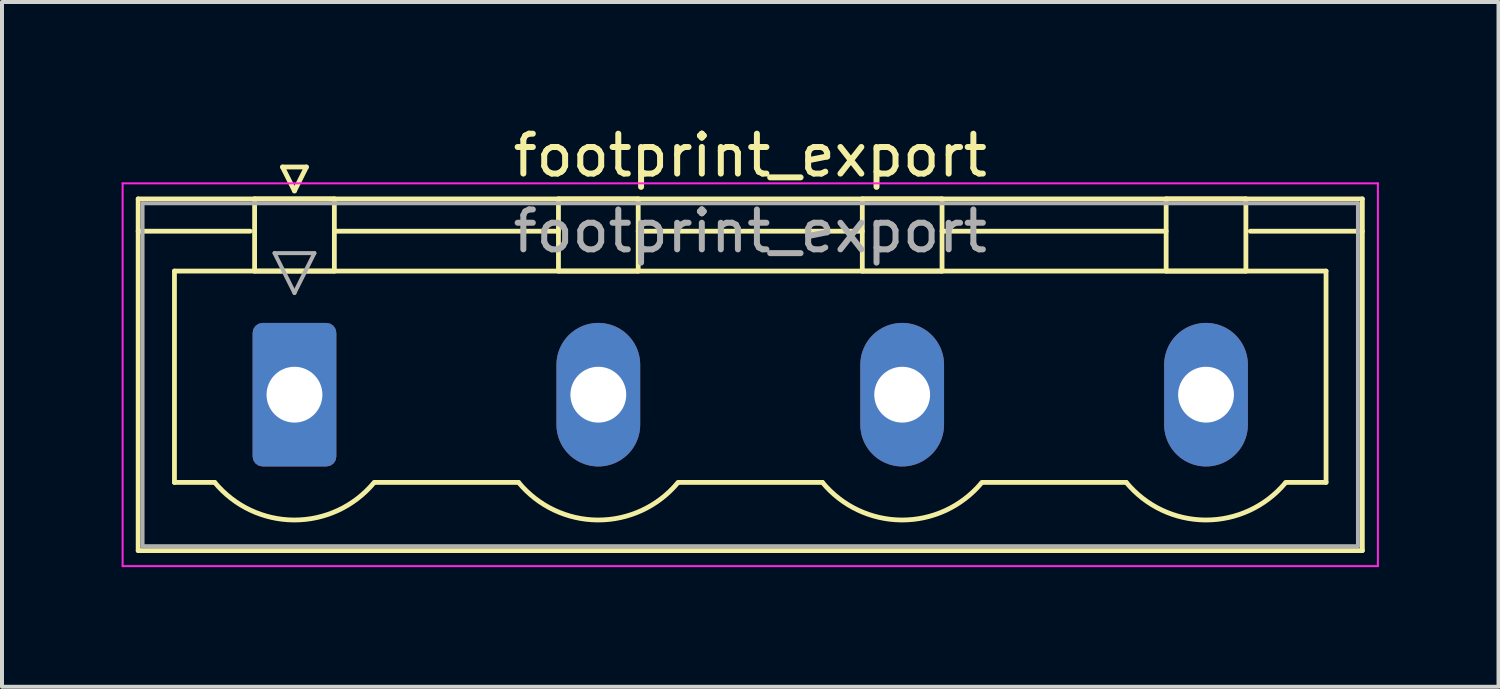
<source format=kicad_pcb>
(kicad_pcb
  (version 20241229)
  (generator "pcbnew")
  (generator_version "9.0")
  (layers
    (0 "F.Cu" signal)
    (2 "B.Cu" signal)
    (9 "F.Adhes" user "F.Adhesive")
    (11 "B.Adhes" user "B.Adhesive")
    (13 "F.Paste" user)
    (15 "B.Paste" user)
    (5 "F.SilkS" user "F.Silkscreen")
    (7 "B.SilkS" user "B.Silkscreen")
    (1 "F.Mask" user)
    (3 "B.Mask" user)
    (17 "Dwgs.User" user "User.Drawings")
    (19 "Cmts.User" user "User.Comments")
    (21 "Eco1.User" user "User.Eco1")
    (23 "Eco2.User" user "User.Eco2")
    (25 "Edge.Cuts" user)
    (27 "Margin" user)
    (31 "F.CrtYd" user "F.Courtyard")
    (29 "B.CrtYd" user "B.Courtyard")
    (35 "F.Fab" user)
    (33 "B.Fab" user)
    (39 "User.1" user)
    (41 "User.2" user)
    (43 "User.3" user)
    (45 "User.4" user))
  (footprint "footprint_export"
    (layer "F.Cu")
    (at 4.335 6.848)
    (property "Reference" "footprint_export" (at 11.43 -6 0) (layer "F.SilkS") (effects (font (size 1 1) (thickness 0.15))))
    (attr through_hole)
    (fp_line (start -3.92 -4.91) (end -3.92 3.91) (stroke (width 0.12) (type solid)) (layer "F.SilkS"))
    (fp_line (start -3.92 -4.1) (end -1.11 -4.1) (stroke (width 0.12) (type solid)) (layer "F.SilkS"))
    (fp_line (start -3.92 3.91) (end 26.78 3.91) (stroke (width 0.12) (type solid)) (layer "F.SilkS"))
    (fp_line (start -3.01 -3.1) (end 25.87 -3.1) (stroke (width 0.12) (type solid)) (layer "F.SilkS"))
    (fp_line (start -3.01 2.2) (end -3.01 -3.1) (stroke (width 0.12) (type solid)) (layer "F.SilkS"))
    (fp_line (start -2 2.2) (end -3.01 2.2) (stroke (width 0.12) (type solid)) (layer "F.SilkS"))
    (fp_line (start -1 -4.91) (end 1 -4.91) (stroke (width 0.12) (type solid)) (layer "F.SilkS"))
    (fp_line (start -1 -3.1) (end -1 -4.91) (stroke (width 0.12) (type solid)) (layer "F.SilkS"))
    (fp_line (start -0.3 -5.71) (end 0.3 -5.71) (stroke (width 0.12) (type solid)) (layer "F.SilkS"))
    (fp_line (start 0 -5.11) (end -0.3 -5.71) (stroke (width 0.12) (type solid)) (layer "F.SilkS"))
    (fp_line (start 0.3 -5.71) (end 0 -5.11) (stroke (width 0.12) (type solid)) (layer "F.SilkS"))
    (fp_line (start 1 -4.91) (end 1 -3.1) (stroke (width 0.12) (type solid)) (layer "F.SilkS"))
    (fp_line (start 1 -4.1) (end 6.62 -4.1) (stroke (width 0.12) (type solid)) (layer "F.SilkS"))
    (fp_line (start 1 -3.1) (end -1 -3.1) (stroke (width 0.12) (type solid)) (layer "F.SilkS"))
    (fp_line (start 2 2.2) (end 5.62 2.2) (stroke (width 0.12) (type solid)) (layer "F.SilkS"))
    (fp_line (start 6.62 -4.91) (end 8.62 -4.91) (stroke (width 0.12) (type solid)) (layer "F.SilkS"))
    (fp_line (start 6.62 -3.1) (end 6.62 -4.91) (stroke (width 0.12) (type solid)) (layer "F.SilkS"))
    (fp_line (start 8.62 -4.91) (end 8.62 -3.1) (stroke (width 0.12) (type solid)) (layer "F.SilkS"))
    (fp_line (start 8.62 -4.1) (end 14.24 -4.1) (stroke (width 0.12) (type solid)) (layer "F.SilkS"))
    (fp_line (start 8.62 -3.1) (end 6.62 -3.1) (stroke (width 0.12) (type solid)) (layer "F.SilkS"))
    (fp_line (start 9.62 2.2) (end 13.24 2.2) (stroke (width 0.12) (type solid)) (layer "F.SilkS"))
    (fp_line (start 14.24 -4.91) (end 16.24 -4.91) (stroke (width 0.12) (type solid)) (layer "F.SilkS"))
    (fp_line (start 14.24 -3.1) (end 14.24 -4.91) (stroke (width 0.12) (type solid)) (layer "F.SilkS"))
    (fp_line (start 16.24 -4.91) (end 16.24 -3.1) (stroke (width 0.12) (type solid)) (layer "F.SilkS"))
    (fp_line (start 16.24 -4.1) (end 21.86 -4.1) (stroke (width 0.12) (type solid)) (layer "F.SilkS"))
    (fp_line (start 16.24 -3.1) (end 14.24 -3.1) (stroke (width 0.12) (type solid)) (layer "F.SilkS"))
    (fp_line (start 17.24 2.2) (end 20.86 2.2) (stroke (width 0.12) (type solid)) (layer "F.SilkS"))
    (fp_line (start 21.86 -4.91) (end 23.86 -4.91) (stroke (width 0.12) (type solid)) (layer "F.SilkS"))
    (fp_line (start 21.86 -3.1) (end 21.86 -4.91) (stroke (width 0.12) (type solid)) (layer "F.SilkS"))
    (fp_line (start 23.86 -4.91) (end 23.86 -3.1) (stroke (width 0.12) (type solid)) (layer "F.SilkS"))
    (fp_line (start 23.86 -3.1) (end 21.86 -3.1) (stroke (width 0.12) (type solid)) (layer "F.SilkS"))
    (fp_line (start 25.87 -3.1) (end 25.87 2.2) (stroke (width 0.12) (type solid)) (layer "F.SilkS"))
    (fp_line (start 25.87 2.2) (end 24.86 2.2) (stroke (width 0.12) (type solid)) (layer "F.SilkS"))
    (fp_line (start 26.78 -4.91) (end -3.92 -4.91) (stroke (width 0.12) (type solid)) (layer "F.SilkS"))
    (fp_line (start 26.78 -4.1) (end 23.97 -4.1) (stroke (width 0.12) (type solid)) (layer "F.SilkS"))
    (fp_line (start 26.78 3.91) (end 26.78 -4.91) (stroke (width 0.12) (type solid)) (layer "F.SilkS"))
    (fp_arc (start 1.986842 2.215821) (mid -0.010289 3.142758) (end -2 2.2) (stroke (width 0.12) (type solid)) (layer "F.SilkS"))
    (fp_arc (start 9.606842 2.215821) (mid 7.609711 3.142758) (end 5.62 2.2) (stroke (width 0.12) (type solid)) (layer "F.SilkS"))
    (fp_arc (start 17.226842 2.215821) (mid 15.229711 3.142758) (end 13.24 2.2) (stroke (width 0.12) (type solid)) (layer "F.SilkS"))
    (fp_arc (start 24.846842 2.215821) (mid 22.849711 3.142758) (end 20.86 2.2) (stroke (width 0.12) (type solid)) (layer "F.SilkS"))
    (fp_line (start -4.31 -5.3) (end -4.31 4.3) (stroke (width 0.05) (type solid)) (layer "F.CrtYd"))
    (fp_line (start -4.31 4.3) (end 27.17 4.3) (stroke (width 0.05) (type solid)) (layer "F.CrtYd"))
    (fp_line (start 27.17 -5.3) (end -4.31 -5.3) (stroke (width 0.05) (type solid)) (layer "F.CrtYd"))
    (fp_line (start 27.17 4.3) (end 27.17 -5.3) (stroke (width 0.05) (type solid)) (layer "F.CrtYd"))
    (fp_line (start -3.81 -4.8) (end -3.81 3.8) (stroke (width 0.1) (type solid)) (layer "F.Fab"))
    (fp_line (start -3.81 3.8) (end 26.67 3.8) (stroke (width 0.1) (type solid)) (layer "F.Fab"))
    (fp_line (start -0.5 -3.55) (end 0.5 -3.55) (stroke (width 0.1) (type solid)) (layer "F.Fab"))
    (fp_line (start 0 -2.55) (end -0.5 -3.55) (stroke (width 0.1) (type solid)) (layer "F.Fab"))
    (fp_line (start 0.5 -3.55) (end 0 -2.55) (stroke (width 0.1) (type solid)) (layer "F.Fab"))
    (fp_line (start 26.67 -4.8) (end -3.81 -4.8) (stroke (width 0.1) (type solid)) (layer "F.Fab"))
    (fp_line (start 26.67 3.8) (end 26.67 -4.8) (stroke (width 0.1) (type solid)) (layer "F.Fab"))
    (fp_text user "${REFERENCE}" (at 11.43 -4.1 0) (layer "F.Fab") (effects (font (size 1 1) (thickness 0.15))))
    (pad "1" thru_hole roundrect (at 0 0) (size 2.1 3.6) (drill 1.4) (layers "*.Cu" "*.Mask") (roundrect_rratio 0.119))
    (pad "2" thru_hole oval (at 7.62 0) (size 2.1 3.6) (drill 1.4) (layers "*.Cu" "*.Mask"))
    (pad "3" thru_hole oval (at 15.24 0) (size 2.1 3.6) (drill 1.4) (layers "*.Cu" "*.Mask"))
    (pad "4" thru_hole oval (at 22.86 0) (size 2.1 3.6) (drill 1.4) (layers "*.Cu" "*.Mask")))
  (gr_rect
    (start -3 -3)
    (end 34.53 14.173)
    (stroke (width 0.1) (type default))
    (fill no)
    (layer "Edge.Cuts")))
</source>
